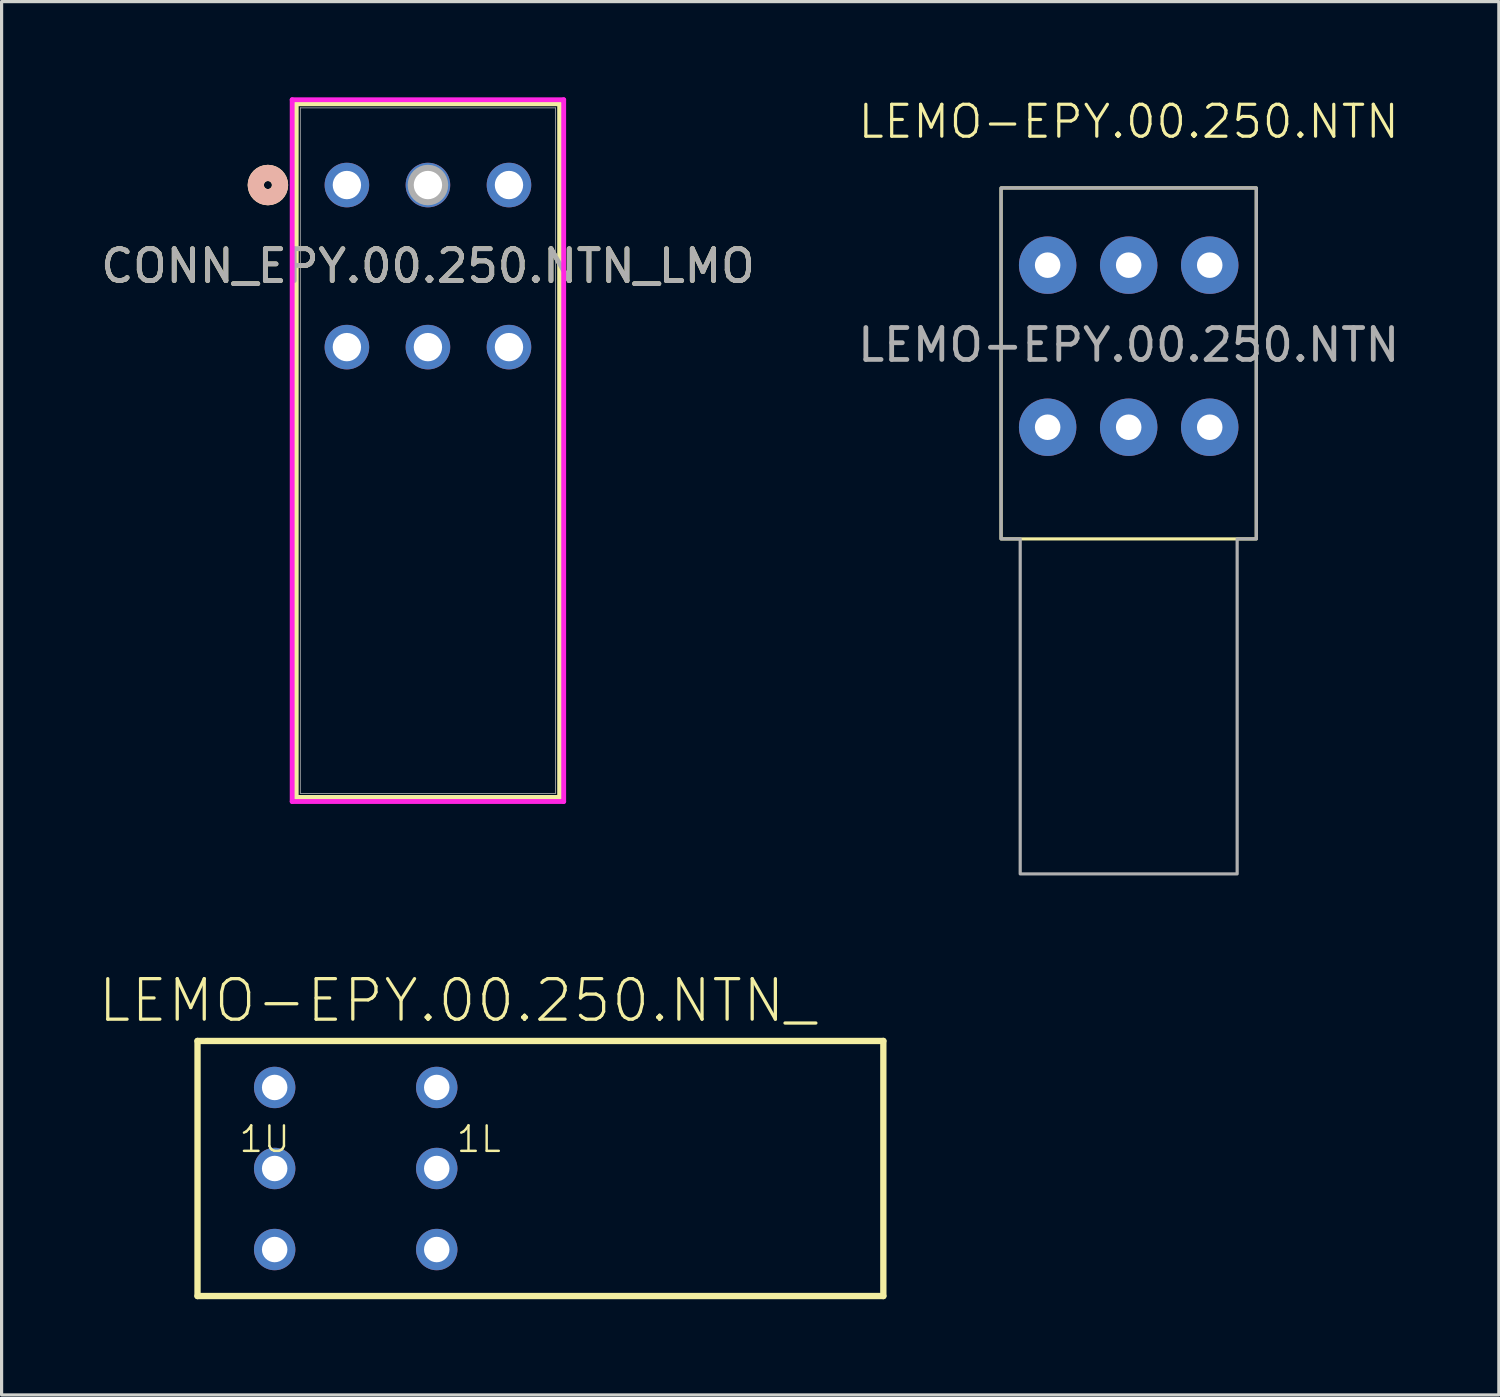
<source format=kicad_pcb>
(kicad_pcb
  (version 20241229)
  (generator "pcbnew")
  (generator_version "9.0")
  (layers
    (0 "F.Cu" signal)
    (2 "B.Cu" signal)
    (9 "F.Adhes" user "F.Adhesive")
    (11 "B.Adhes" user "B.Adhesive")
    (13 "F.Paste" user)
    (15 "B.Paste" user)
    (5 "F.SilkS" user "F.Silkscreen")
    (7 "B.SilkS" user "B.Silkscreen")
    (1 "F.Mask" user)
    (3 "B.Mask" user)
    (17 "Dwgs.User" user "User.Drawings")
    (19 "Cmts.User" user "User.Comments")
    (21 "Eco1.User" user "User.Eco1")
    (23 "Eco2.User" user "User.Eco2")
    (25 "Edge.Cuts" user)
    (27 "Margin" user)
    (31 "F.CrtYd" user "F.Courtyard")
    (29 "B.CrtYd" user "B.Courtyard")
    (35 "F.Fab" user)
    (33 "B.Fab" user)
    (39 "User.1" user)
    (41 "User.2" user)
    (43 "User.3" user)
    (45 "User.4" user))
  (footprint "LEMO-EPY.00.250.NTN_"
    (layer "F.Cu")
    (at 8.099 33.575)
    (property "Reference" "LEMO-EPY.00.250.NTN_" (at 3.175 -5.263 0) (layer "F.SilkS") (effects (font (size 1.27 1.27) (thickness 0.102))))
    (attr exclude_from_pos_files exclude_from_bom)
    (fp_line (start -4.958 -3.998) (end -4.958 3.998) (stroke (width 0.198) (type solid)) (layer "F.SilkS"))
    (fp_line (start -4.958 -3.998) (end 16.538 -3.998) (stroke (width 0.198) (type solid)) (layer "F.SilkS"))
    (fp_line (start -4.958 3.998) (end 16.538 3.998) (stroke (width 0.198) (type solid)) (layer "F.SilkS"))
    (fp_line (start 16.538 -3.998) (end 16.538 3.998) (stroke (width 0.198) (type solid)) (layer "F.SilkS"))
    (fp_text user "1L" (at 3.858 -0.919 0) (layer "F.SilkS") (effects (font (size 0.798 0.798) (thickness 0.076))))
    (fp_text user "1U" (at -2.857 -0.919 0) (layer "F.SilkS") (effects (font (size 0.798 0.798) (thickness 0.076))))
    (pad "1" thru_hole circle (at -2.54 0) (size 1.298 1.298) (drill 0.798) (layers "*.Cu" "*.Paste" "*.Mask"))
    (pad "2" thru_hole circle (at 2.54 0) (size 1.298 1.298) (drill 0.798) (layers "*.Cu" "*.Paste" "*.Mask"))
    (pad "4" thru_hole circle (at -2.54 2.54) (size 1.298 1.298) (drill 0.798) (layers "*.Cu" "*.Paste" "*.Mask"))
    (pad "5" thru_hole circle (at 2.54 2.54) (size 1.298 1.298) (drill 0.798) (layers "*.Cu" "*.Paste" "*.Mask"))
    (pad "6" thru_hole circle (at 2.54 -2.54) (size 1.298 1.298) (drill 0.798) (layers "*.Cu" "*.Paste" "*.Mask"))
    (pad "7" thru_hole circle (at -2.54 -2.54) (size 1.298 1.298) (drill 0.798) (layers "*.Cu" "*.Paste" "*.Mask")))
  (footprint "LEMO-EPY.00.250.NTN"
    (layer "F.Cu")
    (at 32.327 5.261)
    (property "Reference" "LEMO-EPY.00.250.NTN" (at 0 -4.5 0) (unlocked yes) (layer "F.SilkS") (effects (font (size 1 1) (thickness 0.1))))
    (attr smd)
    (fp_rect (start -4 -2.42) (end 4 8.58) (stroke (width 0.1) (type solid)) (fill no) (layer "F.SilkS"))
    (fp_poly (pts (xy 3.4 19.08) (xy -3.4 19.08) (xy -3.4 8.58) (xy -4 8.58) (xy -4 -2.42) (xy 4 -2.42) (xy 4 8.58) (xy 3.4 8.58)) (stroke (width 0.1) (type default)) (fill no) (layer "F.Fab"))
    (fp_text user "${REFERENCE}" (at 0 2.5 0) (unlocked yes) (layer "F.Fab") (effects (font (size 1 1) (thickness 0.15))))
    (pad "1" thru_hole circle (at 0 5.08) (size 1.8 1.8) (drill 0.8) (layers "*.Cu" "*.Mask"))
    (pad "2" thru_hole circle (at 0 0) (size 1.8 1.8) (drill 0.8) (layers "*.Cu" "*.Mask"))
    (pad "3" thru_hole circle (at -2.54 0) (size 1.8 1.8) (drill 0.8) (layers "*.Cu" "*.Mask"))
    (pad "3" thru_hole circle (at -2.54 5.08) (size 1.8 1.8) (drill 0.8) (layers "*.Cu" "*.Mask"))
    (pad "3" thru_hole circle (at 2.54 0) (size 1.8 1.8) (drill 0.8) (layers "*.Cu" "*.Mask"))
    (pad "3" thru_hole circle (at 2.54 5.08) (size 1.8 1.8) (drill 0.8) (layers "*.Cu" "*.Mask")))
  (footprint "CONN_EPY.00.250.NTN_LMO"
    (layer "F.Cu")
    (at 10.363 2.75)
    (property "Reference" "CONN_EPY.00.250.NTN_LMO" (at 0 2.54 0) (unlocked yes) (layer "F.SilkS") (effects (font (size 1 1) (thickness 0.15))))
    (attr through_hole)
    (fp_line (start -4.128 -2.547) (end -4.128 19.195) (stroke (width 0.152) (type solid)) (layer "F.SilkS"))
    (fp_line (start -4.128 19.195) (end 4.128 19.195) (stroke (width 0.152) (type solid)) (layer "F.SilkS"))
    (fp_line (start 4.128 -2.547) (end -4.128 -2.547) (stroke (width 0.152) (type solid)) (layer "F.SilkS"))
    (fp_line (start 4.128 19.195) (end 4.128 -2.547) (stroke (width 0.152) (type solid)) (layer "F.SilkS"))
    (fp_circle (center -5.016 0) (end -4.636 0) (stroke (width 0.508) (type solid)) (fill no) (layer "F.SilkS"))
    (fp_circle (center -5.016 0) (end -4.636 0) (stroke (width 0.508) (type solid)) (fill no) (layer "B.SilkS"))
    (fp_line (start -4.255 -2.674) (end -4.255 19.322) (stroke (width 0.152) (type solid)) (layer "F.CrtYd"))
    (fp_line (start -4.255 19.322) (end 4.255 19.322) (stroke (width 0.152) (type solid)) (layer "F.CrtYd"))
    (fp_line (start 4.255 -2.674) (end -4.255 -2.674) (stroke (width 0.152) (type solid)) (layer "F.CrtYd"))
    (fp_line (start 4.255 19.322) (end 4.255 -2.674) (stroke (width 0.152) (type solid)) (layer "F.CrtYd"))
    (fp_line (start -4 -2.42) (end -4 19.068) (stroke (width 0.025) (type solid)) (layer "F.Fab"))
    (fp_line (start -4 19.068) (end 4 19.068) (stroke (width 0.025) (type solid)) (layer "F.Fab"))
    (fp_line (start 4 -2.42) (end -4 -2.42) (stroke (width 0.025) (type solid)) (layer "F.Fab"))
    (fp_line (start 4 19.068) (end 4 -2.42) (stroke (width 0.025) (type solid)) (layer "F.Fab"))
    (fp_circle (center 0 0) (end 0.381 0) (stroke (width 0.508) (type solid)) (fill no) (layer "F.Fab"))
    (fp_text user "${REFERENCE}" (at 0 2.54 0) (unlocked yes) (layer "F.Fab") (effects (font (size 1 1) (thickness 0.15))))
    (pad "1" thru_hole circle (at 0 0) (size 1.397 1.397) (drill 0.889) (layers "*.Cu" "*.Mask"))
    (pad "2" thru_hole circle (at -2.54 0) (size 1.397 1.397) (drill 0.889) (layers "*.Cu" "*.Mask"))
    (pad "3" thru_hole circle (at 2.54 0) (size 1.397 1.397) (drill 0.889) (layers "*.Cu" "*.Mask"))
    (pad "4" thru_hole circle (at 0 5.08) (size 1.397 1.397) (drill 0.889) (layers "*.Cu" "*.Mask"))
    (pad "5" thru_hole circle (at -2.54 5.08) (size 1.397 1.397) (drill 0.889) (layers "*.Cu" "*.Mask"))
    (pad "6" thru_hole circle (at 2.54 5.08) (size 1.397 1.397) (drill 0.889) (layers "*.Cu" "*.Mask")))
  (gr_rect
    (start -3 -3)
    (end 43.929 40.672)
    (stroke (width 0.1) (type default))
    (fill no)
    (layer "Edge.Cuts")))
</source>
